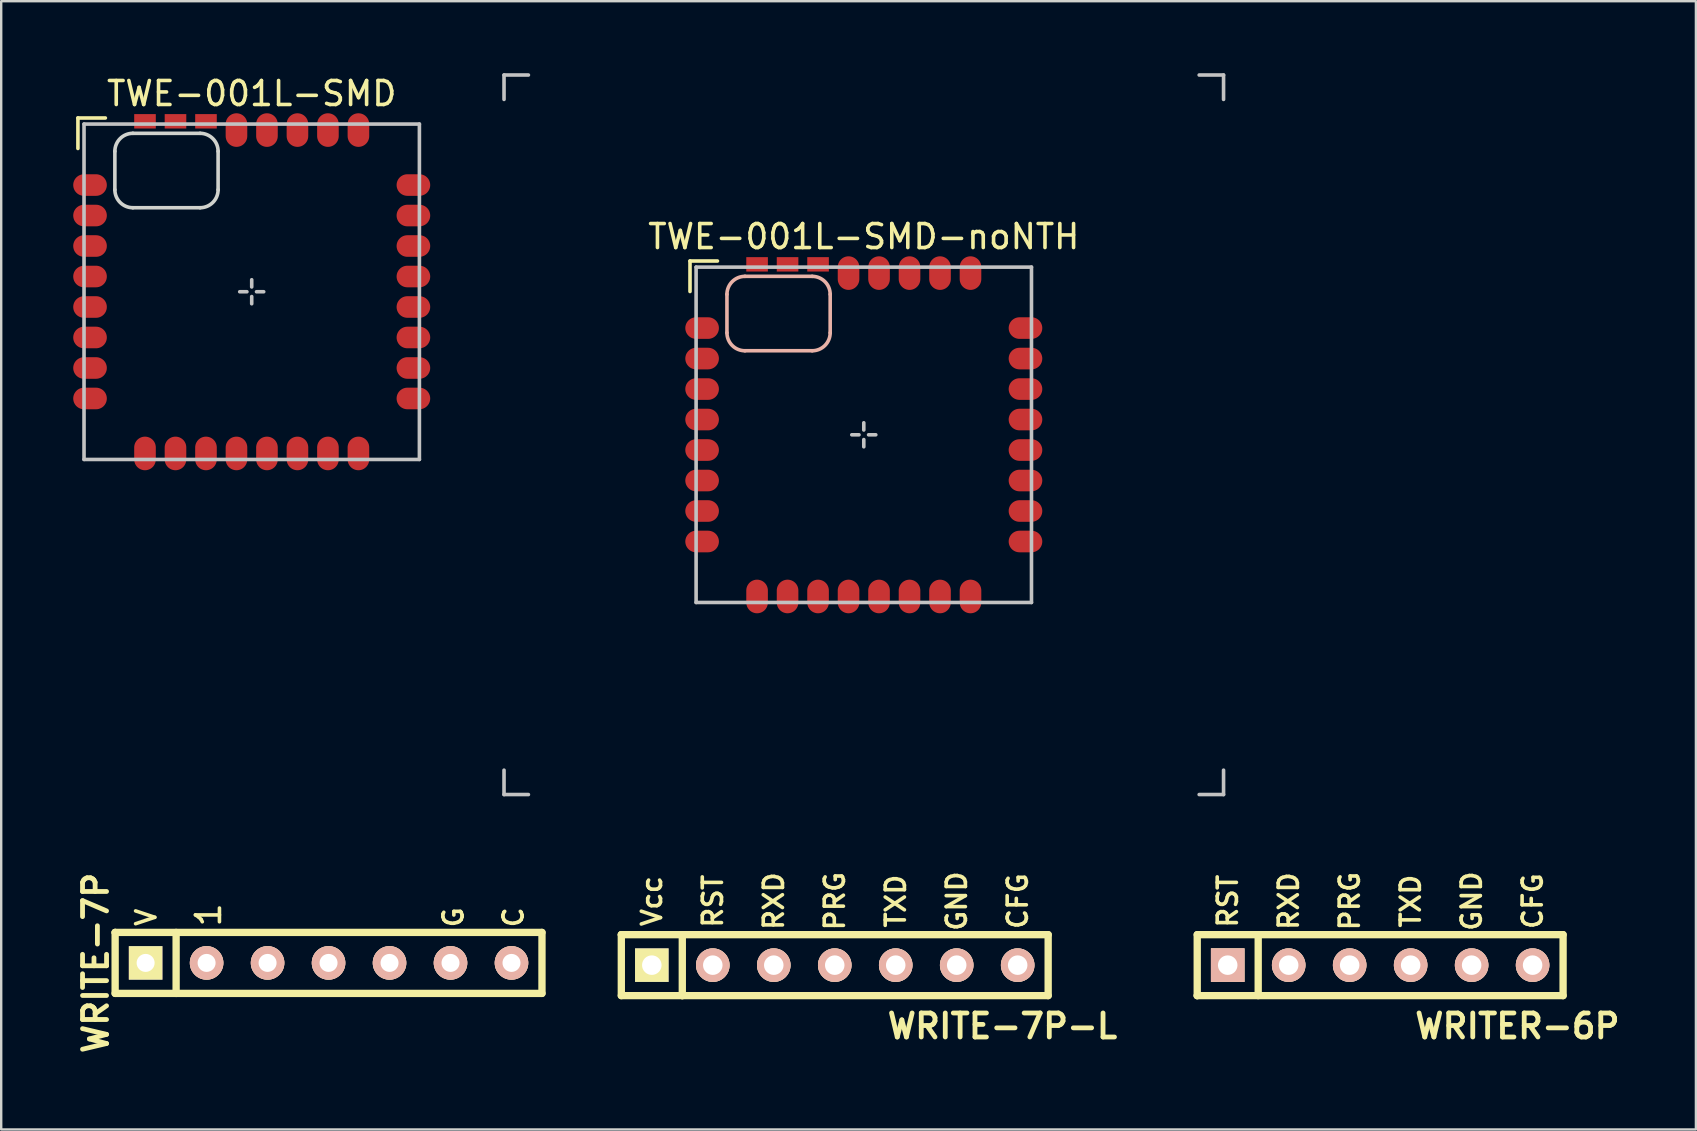
<source format=kicad_pcb>
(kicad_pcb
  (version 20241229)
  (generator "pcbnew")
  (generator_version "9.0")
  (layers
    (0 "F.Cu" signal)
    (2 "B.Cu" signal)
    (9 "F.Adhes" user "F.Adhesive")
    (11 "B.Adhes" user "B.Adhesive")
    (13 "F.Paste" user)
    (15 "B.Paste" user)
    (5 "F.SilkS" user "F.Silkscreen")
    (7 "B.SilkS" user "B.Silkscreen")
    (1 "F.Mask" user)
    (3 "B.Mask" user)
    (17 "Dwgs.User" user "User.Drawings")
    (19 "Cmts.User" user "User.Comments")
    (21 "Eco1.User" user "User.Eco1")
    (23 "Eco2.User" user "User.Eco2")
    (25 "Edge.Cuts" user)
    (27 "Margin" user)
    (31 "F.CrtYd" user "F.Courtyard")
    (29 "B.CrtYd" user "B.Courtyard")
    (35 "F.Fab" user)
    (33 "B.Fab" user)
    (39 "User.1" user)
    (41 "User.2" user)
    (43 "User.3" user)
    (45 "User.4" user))
  (footprint "TWE-001L-SMD"
    (layer "F.Cu")
    (at 7.435 9.103)
    (property "Reference" "TWE-001L-SMD" (at 0 -8.255 0) (layer "F.SilkS") (effects (font (size 1 1) (thickness 0.15))))
    (attr through_hole)
    (fp_line (start -7.239 -7.239) (end -7.239 -5.969) (stroke (width 0.15) (type solid)) (layer "F.SilkS"))
    (fp_line (start -6.096 -7.239) (end -7.239 -7.239) (stroke (width 0.15) (type solid)) (layer "F.SilkS"))
    (fp_line (start -6.985 -6.985) (end -6.985 6.985) (stroke (width 0.15) (type solid)) (layer "Dwgs.User"))
    (fp_line (start -6.985 -6.985) (end 6.985 -6.985) (stroke (width 0.15) (type solid)) (layer "Dwgs.User"))
    (fp_line (start -6.985 6.985) (end 6.985 6.985) (stroke (width 0.15) (type solid)) (layer "Dwgs.User"))
    (fp_line (start -0.5 0) (end -0.2 0) (stroke (width 0.15) (type solid)) (layer "Dwgs.User"))
    (fp_line (start 0 -0.5) (end 0 -0.2) (stroke (width 0.15) (type solid)) (layer "Dwgs.User"))
    (fp_line (start 0 0.5) (end 0 0.2) (stroke (width 0.15) (type solid)) (layer "Dwgs.User"))
    (fp_line (start 0.2 0) (end 0.5 0) (stroke (width 0.15) (type solid)) (layer "Dwgs.User"))
    (fp_line (start 6.985 6.985) (end 6.985 -6.985) (stroke (width 0.15) (type solid)) (layer "Dwgs.User"))
    (fp_line (start -5.7 -4.25) (end -5.7 -5.85) (stroke (width 0.15) (type solid)) (layer "Edge.Cuts"))
    (fp_line (start -2.15 -6.6) (end -4.95 -6.6) (stroke (width 0.15) (type solid)) (layer "Edge.Cuts"))
    (fp_line (start -2.15 -3.5) (end -4.95 -3.5) (stroke (width 0.15) (type solid)) (layer "Edge.Cuts"))
    (fp_line (start -1.4 -5.85) (end -1.4 -4.25) (stroke (width 0.15) (type solid)) (layer "Edge.Cuts"))
    (fp_arc (start -5.7 -5.85) (mid -5.48033 -6.38033) (end -4.95 -6.6) (stroke (width 0.15) (type solid)) (layer "Edge.Cuts"))
    (fp_arc (start -4.95 -3.5) (mid -5.48033 -3.71967) (end -5.7 -4.25) (stroke (width 0.15) (type solid)) (layer "Edge.Cuts"))
    (fp_arc (start -2.15 -6.6) (mid -1.61967 -6.38033) (end -1.4 -5.85) (stroke (width 0.15) (type solid)) (layer "Edge.Cuts"))
    (fp_arc (start -1.4 -4.25) (mid -1.61967 -3.71967) (end -2.15 -3.5) (stroke (width 0.15) (type solid)) (layer "Edge.Cuts"))
    (pad "1" smd oval (at -6.735 -4.445 90) (size 0.9 1.4) (layers "F.Cu" "F.Mask" "F.Paste"))
    (pad "2" smd oval (at -6.735 -3.175 90) (size 0.9 1.4) (layers "F.Cu" "F.Mask" "F.Paste"))
    (pad "3" smd oval (at -6.735 -1.905 90) (size 0.9 1.4) (layers "F.Cu" "F.Mask" "F.Paste"))
    (pad "4" smd oval (at -6.735 -0.635 90) (size 0.9 1.4) (layers "F.Cu" "F.Mask" "F.Paste"))
    (pad "5" smd oval (at -6.735 0.635 90) (size 0.9 1.4) (layers "F.Cu" "F.Mask" "F.Paste"))
    (pad "6" smd oval (at -6.735 1.905 90) (size 0.9 1.4) (layers "F.Cu" "F.Mask" "F.Paste"))
    (pad "7" smd oval (at -6.735 3.175 90) (size 0.9 1.4) (layers "F.Cu" "F.Mask" "F.Paste"))
    (pad "8" smd oval (at -6.735 4.445 90) (size 0.9 1.4) (layers "F.Cu" "F.Mask" "F.Paste"))
    (pad "9" smd oval (at -4.445 6.735) (size 0.9 1.4) (layers "F.Cu" "F.Mask" "F.Paste"))
    (pad "10" smd oval (at -3.175 6.735) (size 0.9 1.4) (layers "F.Cu" "F.Mask" "F.Paste"))
    (pad "11" smd oval (at -1.905 6.735) (size 0.9 1.4) (layers "F.Cu" "F.Mask" "F.Paste"))
    (pad "12" smd oval (at -0.635 6.735) (size 0.9 1.4) (layers "F.Cu" "F.Mask" "F.Paste"))
    (pad "13" smd oval (at 0.635 6.735) (size 0.9 1.4) (layers "F.Cu" "F.Mask" "F.Paste"))
    (pad "14" smd oval (at 1.905 6.735) (size 0.9 1.4) (layers "F.Cu" "F.Mask" "F.Paste"))
    (pad "15" smd oval (at 3.175 6.735) (size 0.9 1.4) (layers "F.Cu" "F.Mask" "F.Paste"))
    (pad "16" smd oval (at 4.445 6.735) (size 0.9 1.4) (layers "F.Cu" "F.Mask" "F.Paste"))
    (pad "17" smd oval (at 6.735 4.445 90) (size 0.9 1.4) (layers "F.Cu" "F.Mask" "F.Paste"))
    (pad "18" smd oval (at 6.735 3.175 90) (size 0.9 1.4) (layers "F.Cu" "F.Mask" "F.Paste"))
    (pad "19" smd oval (at 6.735 1.905 90) (size 0.9 1.4) (layers "F.Cu" "F.Mask" "F.Paste"))
    (pad "20" smd oval (at 6.735 0.635 90) (size 0.9 1.4) (layers "F.Cu" "F.Mask" "F.Paste"))
    (pad "21" smd oval (at 6.735 -0.635 90) (size 0.9 1.4) (layers "F.Cu" "F.Mask" "F.Paste"))
    (pad "22" smd oval (at 6.735 -1.905 90) (size 0.9 1.4) (layers "F.Cu" "F.Mask" "F.Paste"))
    (pad "23" smd oval (at 6.735 -3.175 90) (size 0.9 1.4) (layers "F.Cu" "F.Mask" "F.Paste"))
    (pad "24" smd oval (at 6.735 -4.445 90) (size 0.9 1.4) (layers "F.Cu" "F.Mask" "F.Paste"))
    (pad "25" smd oval (at 4.445 -6.735) (size 0.9 1.4) (layers "F.Cu" "F.Mask" "F.Paste"))
    (pad "26" smd oval (at 3.175 -6.735) (size 0.9 1.4) (layers "F.Cu" "F.Mask" "F.Paste"))
    (pad "27" smd oval (at 1.905 -6.735) (size 0.9 1.4) (layers "F.Cu" "F.Mask" "F.Paste"))
    (pad "28" smd oval (at 0.635 -6.735) (size 0.9 1.4) (layers "F.Cu" "F.Mask" "F.Paste"))
    (pad "29" smd oval (at -0.635 -6.735) (size 0.9 1.4) (layers "F.Cu" "F.Mask" "F.Paste"))
    (pad "30" smd rect (at -1.905 -7.1) (size 0.9 0.6) (layers "F.Cu" "F.Mask" "F.Paste"))
    (pad "31" smd rect (at -3.175 -7.1) (size 0.9 0.6) (layers "F.Cu" "F.Mask" "F.Paste"))
    (pad "32" smd rect (at -4.445 -7.1) (size 0.9 0.6) (layers "F.Cu" "F.Mask" "F.Paste")))
  (footprint "WRITE-7P"
    (layer "F.Cu")
    (at 10.636 37.06)
    (property "Reference" "WRITE-7P" (at -9.7 0 90) (layer "F.SilkS") (effects (font (size 1 1) (thickness 0.2))))
    (attr through_hole)
    (fp_line (start -8.89 -1.27) (end -8.89 -1.27) (stroke (width 0.305) (type solid)) (layer "F.SilkS"))
    (fp_line (start -8.89 -1.27) (end 8.89 -1.27) (stroke (width 0.305) (type solid)) (layer "F.SilkS"))
    (fp_line (start -8.89 1.27) (end -8.89 -1.27) (stroke (width 0.305) (type solid)) (layer "F.SilkS"))
    (fp_line (start -6.35 1.27) (end -6.35 -1.27) (stroke (width 0.305) (type solid)) (layer "F.SilkS"))
    (fp_line (start -6.35 1.27) (end -6.35 1.27) (stroke (width 0.305) (type solid)) (layer "F.SilkS"))
    (fp_line (start 8.89 -1.27) (end 8.89 1.27) (stroke (width 0.305) (type solid)) (layer "F.SilkS"))
    (fp_line (start 8.89 1.27) (end -8.89 1.27) (stroke (width 0.305) (type solid)) (layer "F.SilkS"))
    (fp_text user "G" (at 5.2 -1.9 90) (layer "F.SilkS") (effects (font (size 0.8 0.8) (thickness 0.15))))
    (fp_text user "1" (at -5 -2 90) (layer "F.SilkS") (effects (font (size 1 1) (thickness 0.15))))
    (fp_text user "C" (at 7.7 -1.9 90) (layer "F.SilkS") (effects (font (size 0.8 0.8) (thickness 0.15))))
    (fp_text user "V" (at -7.6 -1.9 90) (layer "F.SilkS") (effects (font (size 0.8 0.8) (thickness 0.15))))
    (pad "0" thru_hole rect (at -7.62 0) (size 1.397 1.397) (drill 0.75) (layers "*.Cu" "*.Mask" "F.SilkS"))
    (pad "1" thru_hole circle (at -5.08 0) (size 1.397 1.397) (drill 0.75) (layers "*.Cu" "*.SilkS" "*.Mask"))
    (pad "2" thru_hole circle (at -2.54 0) (size 1.397 1.397) (drill 0.75) (layers "*.Cu" "*.SilkS" "*.Mask"))
    (pad "3" thru_hole circle (at 0 0) (size 1.397 1.397) (drill 0.75) (layers "*.Cu" "*.SilkS" "*.Mask"))
    (pad "4" thru_hole circle (at 2.54 0) (size 1.397 1.397) (drill 0.75) (layers "*.Cu" "*.SilkS" "*.Mask"))
    (pad "5" thru_hole circle (at 5.08 0) (size 1.397 1.397) (drill 0.75) (layers "*.Cu" "*.SilkS" "*.Mask"))
    (pad "6" thru_hole circle (at 7.62 0) (size 1.397 1.397) (drill 0.75) (layers "*.Cu" "*.SilkS" "*.Mask")))
  (footprint "WRITE-7P-L"
    (layer "F.Cu")
    (at 31.721 37.153)
    (property "Reference" "WRITE-7P-L" (at 6.985 2.54 0) (layer "F.SilkS") (effects (font (size 1 1) (thickness 0.2))))
    (attr through_hole)
    (fp_line (start -8.89 -1.27) (end -8.89 -1.27) (stroke (width 0.305) (type solid)) (layer "F.SilkS"))
    (fp_line (start -8.89 -1.27) (end 8.89 -1.27) (stroke (width 0.305) (type solid)) (layer "F.SilkS"))
    (fp_line (start -8.89 1.27) (end -8.89 -1.27) (stroke (width 0.305) (type solid)) (layer "F.SilkS"))
    (fp_line (start -6.35 1.27) (end -6.35 -1.27) (stroke (width 0.305) (type solid)) (layer "F.SilkS"))
    (fp_line (start -6.35 1.27) (end -6.35 1.27) (stroke (width 0.305) (type solid)) (layer "F.SilkS"))
    (fp_line (start 8.89 -1.27) (end 8.89 1.27) (stroke (width 0.305) (type solid)) (layer "F.SilkS"))
    (fp_line (start 8.89 1.27) (end -8.89 1.27) (stroke (width 0.305) (type solid)) (layer "F.SilkS"))
    (fp_text user "CFG" (at 7.62 -2.667 90) (layer "F.SilkS") (effects (font (size 0.8 0.8) (thickness 0.15))))
    (fp_text user "Vcc" (at -7.62 -2.667 90) (layer "F.SilkS") (effects (font (size 0.8 0.8) (thickness 0.15))))
    (fp_text user "TXD" (at 2.54 -2.667 90) (layer "F.SilkS") (effects (font (size 0.8 0.8) (thickness 0.15))))
    (fp_text user "GND" (at 5.08 -2.667 90) (layer "F.SilkS") (effects (font (size 0.8 0.8) (thickness 0.15))))
    (fp_text user "PRG" (at 0 -2.667 90) (layer "F.SilkS") (effects (font (size 0.8 0.8) (thickness 0.15))))
    (fp_text user "RST" (at -5.08 -2.667 90) (layer "F.SilkS") (effects (font (size 0.8 0.8) (thickness 0.15))))
    (fp_text user "RXD" (at -2.54 -2.667 90) (layer "F.SilkS") (effects (font (size 0.8 0.8) (thickness 0.15))))
    (pad "1" thru_hole rect (at -7.62 0) (size 1.397 1.397) (drill 0.813) (layers "*.Cu" "*.Mask" "F.SilkS"))
    (pad "2" thru_hole circle (at -5.08 0) (size 1.397 1.397) (drill 0.813) (layers "*.Cu" "*.SilkS" "*.Mask"))
    (pad "3" thru_hole circle (at -2.54 0) (size 1.397 1.397) (drill 0.813) (layers "*.Cu" "*.SilkS" "*.Mask"))
    (pad "4" thru_hole circle (at 0 0) (size 1.397 1.397) (drill 0.813) (layers "*.Cu" "*.SilkS" "*.Mask"))
    (pad "5" thru_hole circle (at 2.54 0) (size 1.397 1.397) (drill 0.813) (layers "*.Cu" "*.SilkS" "*.Mask"))
    (pad "6" thru_hole circle (at 5.08 0) (size 1.397 1.397) (drill 0.813) (layers "*.Cu" "*.SilkS" "*.Mask"))
    (pad "7" thru_hole circle (at 7.62 0) (size 1.397 1.397) (drill 0.813) (layers "*.Cu" "*.SilkS" "*.Mask")))
  (footprint "TWE-001L-SMD-noNTH"
    (layer "F.Cu")
    (at 32.931 15.061)
    (property "Reference" "TWE-001L-SMD-noNTH" (at 0 -8.255 0) (layer "F.SilkS") (effects (font (size 1 1) (thickness 0.15))))
    (attr through_hole)
    (fp_line (start -7.239 -7.239) (end -7.239 -5.969) (stroke (width 0.15) (type solid)) (layer "F.SilkS"))
    (fp_line (start -6.096 -7.239) (end -7.239 -7.239) (stroke (width 0.15) (type solid)) (layer "F.SilkS"))
    (fp_line (start -5.7 -4.25) (end -5.7 -5.85) (stroke (width 0.15) (type solid)) (layer "B.SilkS"))
    (fp_line (start -2.15 -6.6) (end -4.95 -6.6) (stroke (width 0.15) (type solid)) (layer "B.SilkS"))
    (fp_line (start -2.15 -3.5) (end -4.95 -3.5) (stroke (width 0.15) (type solid)) (layer "B.SilkS"))
    (fp_line (start -1.4 -5.85) (end -1.4 -4.25) (stroke (width 0.15) (type solid)) (layer "B.SilkS"))
    (fp_arc (start -5.7 -5.85) (mid -5.48033 -6.38033) (end -4.95 -6.6) (stroke (width 0.15) (type solid)) (layer "B.SilkS"))
    (fp_arc (start -4.95 -3.5) (mid -5.48033 -3.71967) (end -5.7 -4.25) (stroke (width 0.15) (type solid)) (layer "B.SilkS"))
    (fp_arc (start -2.15 -6.6) (mid -1.61967 -6.38033) (end -1.4 -5.85) (stroke (width 0.15) (type solid)) (layer "B.SilkS"))
    (fp_arc (start -1.4 -4.25) (mid -1.61967 -3.71967) (end -2.15 -3.5) (stroke (width 0.15) (type solid)) (layer "B.SilkS"))
    (fp_line (start -14.986 -14.986) (end -14.986 -13.97) (stroke (width 0.15) (type solid)) (layer "Dwgs.User"))
    (fp_line (start -14.986 13.97) (end -14.986 14.986) (stroke (width 0.15) (type solid)) (layer "Dwgs.User"))
    (fp_line (start -14.986 14.986) (end -13.97 14.986) (stroke (width 0.15) (type solid)) (layer "Dwgs.User"))
    (fp_line (start -13.97 -14.986) (end -14.986 -14.986) (stroke (width 0.15) (type solid)) (layer "Dwgs.User"))
    (fp_line (start -6.985 -6.985) (end -6.985 6.985) (stroke (width 0.15) (type solid)) (layer "Dwgs.User"))
    (fp_line (start -6.985 -6.985) (end 6.985 -6.985) (stroke (width 0.15) (type solid)) (layer "Dwgs.User"))
    (fp_line (start -6.985 6.985) (end 6.985 6.985) (stroke (width 0.15) (type solid)) (layer "Dwgs.User"))
    (fp_line (start -0.5 0) (end -0.2 0) (stroke (width 0.15) (type solid)) (layer "Dwgs.User"))
    (fp_line (start 0 -0.5) (end 0 -0.2) (stroke (width 0.15) (type solid)) (layer "Dwgs.User"))
    (fp_line (start 0 0.5) (end 0 0.2) (stroke (width 0.15) (type solid)) (layer "Dwgs.User"))
    (fp_line (start 0.2 0) (end 0.5 0) (stroke (width 0.15) (type solid)) (layer "Dwgs.User"))
    (fp_line (start 6.985 6.985) (end 6.985 -6.985) (stroke (width 0.15) (type solid)) (layer "Dwgs.User"))
    (fp_line (start 13.97 -14.986) (end 14.986 -14.986) (stroke (width 0.15) (type solid)) (layer "Dwgs.User"))
    (fp_line (start 14.986 -14.986) (end 14.986 -13.97) (stroke (width 0.15) (type solid)) (layer "Dwgs.User"))
    (fp_line (start 14.986 13.97) (end 14.986 14.986) (stroke (width 0.15) (type solid)) (layer "Dwgs.User"))
    (fp_line (start 14.986 14.986) (end 13.97 14.986) (stroke (width 0.15) (type solid)) (layer "Dwgs.User"))
    (pad "1" smd oval (at -6.735 -4.445 90) (size 0.9 1.4) (layers "F.Cu" "F.Mask" "F.Paste"))
    (pad "2" smd oval (at -6.735 -3.175 90) (size 0.9 1.4) (layers "F.Cu" "F.Mask" "F.Paste"))
    (pad "3" smd oval (at -6.735 -1.905 90) (size 0.9 1.4) (layers "F.Cu" "F.Mask" "F.Paste"))
    (pad "4" smd oval (at -6.735 -0.635 90) (size 0.9 1.4) (layers "F.Cu" "F.Mask" "F.Paste"))
    (pad "5" smd oval (at -6.735 0.635 90) (size 0.9 1.4) (layers "F.Cu" "F.Mask" "F.Paste"))
    (pad "6" smd oval (at -6.735 1.905 90) (size 0.9 1.4) (layers "F.Cu" "F.Mask" "F.Paste"))
    (pad "7" smd oval (at -6.735 3.175 90) (size 0.9 1.4) (layers "F.Cu" "F.Mask" "F.Paste"))
    (pad "8" smd oval (at -6.735 4.445 90) (size 0.9 1.4) (layers "F.Cu" "F.Mask" "F.Paste"))
    (pad "9" smd oval (at -4.445 6.735) (size 0.9 1.4) (layers "F.Cu" "F.Mask" "F.Paste"))
    (pad "10" smd oval (at -3.175 6.735) (size 0.9 1.4) (layers "F.Cu" "F.Mask" "F.Paste"))
    (pad "11" smd oval (at -1.905 6.735) (size 0.9 1.4) (layers "F.Cu" "F.Mask" "F.Paste"))
    (pad "12" smd oval (at -0.635 6.735) (size 0.9 1.4) (layers "F.Cu" "F.Mask" "F.Paste"))
    (pad "13" smd oval (at 0.635 6.735) (size 0.9 1.4) (layers "F.Cu" "F.Mask" "F.Paste"))
    (pad "14" smd oval (at 1.905 6.735) (size 0.9 1.4) (layers "F.Cu" "F.Mask" "F.Paste"))
    (pad "15" smd oval (at 3.175 6.735) (size 0.9 1.4) (layers "F.Cu" "F.Mask" "F.Paste"))
    (pad "16" smd oval (at 4.445 6.735) (size 0.9 1.4) (layers "F.Cu" "F.Mask" "F.Paste"))
    (pad "17" smd oval (at 6.735 4.445 90) (size 0.9 1.4) (layers "F.Cu" "F.Mask" "F.Paste"))
    (pad "18" smd oval (at 6.735 3.175 90) (size 0.9 1.4) (layers "F.Cu" "F.Mask" "F.Paste"))
    (pad "19" smd oval (at 6.735 1.905 90) (size 0.9 1.4) (layers "F.Cu" "F.Mask" "F.Paste"))
    (pad "20" smd oval (at 6.735 0.635 90) (size 0.9 1.4) (layers "F.Cu" "F.Mask" "F.Paste"))
    (pad "21" smd oval (at 6.735 -0.635 90) (size 0.9 1.4) (layers "F.Cu" "F.Mask" "F.Paste"))
    (pad "22" smd oval (at 6.735 -1.905 90) (size 0.9 1.4) (layers "F.Cu" "F.Mask" "F.Paste"))
    (pad "23" smd oval (at 6.735 -3.175 90) (size 0.9 1.4) (layers "F.Cu" "F.Mask" "F.Paste"))
    (pad "24" smd oval (at 6.735 -4.445 90) (size 0.9 1.4) (layers "F.Cu" "F.Mask" "F.Paste"))
    (pad "25" smd oval (at 4.445 -6.735) (size 0.9 1.4) (layers "F.Cu" "F.Mask" "F.Paste"))
    (pad "26" smd oval (at 3.175 -6.735) (size 0.9 1.4) (layers "F.Cu" "F.Mask" "F.Paste"))
    (pad "27" smd oval (at 1.905 -6.735) (size 0.9 1.4) (layers "F.Cu" "F.Mask" "F.Paste"))
    (pad "28" smd oval (at 0.635 -6.735) (size 0.9 1.4) (layers "F.Cu" "F.Mask" "F.Paste"))
    (pad "29" smd oval (at -0.635 -6.735) (size 0.9 1.4) (layers "F.Cu" "F.Mask" "F.Paste"))
    (pad "30" smd rect (at -1.905 -7.1) (size 0.9 0.6) (layers "F.Cu" "F.Mask" "F.Paste"))
    (pad "31" smd rect (at -3.175 -7.1) (size 0.9 0.6) (layers "F.Cu" "F.Mask" "F.Paste"))
    (pad "32" smd rect (at -4.445 -7.1) (size 0.9 0.6) (layers "F.Cu" "F.Mask" "F.Paste")))
  (footprint "WRITER-6P"
    (layer "F.Cu")
    (at 53.17 37.153)
    (property "Reference" "WRITER-6P" (at 6.985 2.54 0) (layer "F.SilkS") (effects (font (size 1 1) (thickness 0.2))))
    (attr through_hole)
    (fp_line (start -6.35 -1.27) (end 8.89 -1.27) (stroke (width 0.305) (type solid)) (layer "F.SilkS"))
    (fp_line (start -6.35 1.27) (end -6.35 -1.27) (stroke (width 0.305) (type solid)) (layer "F.SilkS"))
    (fp_line (start -6.35 1.27) (end -6.35 1.27) (stroke (width 0.305) (type solid)) (layer "F.SilkS"))
    (fp_line (start -3.81 1.27) (end -3.81 -1.27) (stroke (width 0.305) (type solid)) (layer "F.SilkS"))
    (fp_line (start 8.89 -1.27) (end 8.89 1.27) (stroke (width 0.305) (type solid)) (layer "F.SilkS"))
    (fp_line (start 8.89 1.27) (end -6.35 1.27) (stroke (width 0.305) (type solid)) (layer "F.SilkS"))
    (fp_text user "PRG" (at 0 -2.667 90) (layer "F.SilkS") (effects (font (size 0.8 0.8) (thickness 0.15))))
    (fp_text user "GND" (at 5.08 -2.667 90) (layer "F.SilkS") (effects (font (size 0.8 0.8) (thickness 0.15))))
    (fp_text user "RXD" (at -2.54 -2.667 90) (layer "F.SilkS") (effects (font (size 0.8 0.8) (thickness 0.15))))
    (fp_text user "CFG" (at 7.62 -2.667 90) (layer "F.SilkS") (effects (font (size 0.8 0.8) (thickness 0.15))))
    (fp_text user "RST" (at -5.08 -2.667 90) (layer "F.SilkS") (effects (font (size 0.8 0.8) (thickness 0.15))))
    (fp_text user "TXD" (at 2.54 -2.667 90) (layer "F.SilkS") (effects (font (size 0.8 0.8) (thickness 0.15))))
    (pad "1" thru_hole rect (at -5.08 0) (size 1.397 1.397) (drill 0.813) (layers "*.Cu" "*.SilkS" "*.Mask"))
    (pad "2" thru_hole circle (at -2.54 0) (size 1.397 1.397) (drill 0.813) (layers "*.Cu" "*.SilkS" "*.Mask"))
    (pad "3" thru_hole circle (at 0 0) (size 1.397 1.397) (drill 0.813) (layers "*.Cu" "*.SilkS" "*.Mask"))
    (pad "4" thru_hole circle (at 2.54 0) (size 1.397 1.397) (drill 0.813) (layers "*.Cu" "*.SilkS" "*.Mask"))
    (pad "5" thru_hole circle (at 5.08 0) (size 1.397 1.397) (drill 0.813) (layers "*.Cu" "*.SilkS" "*.Mask"))
    (pad "6" thru_hole circle (at 7.62 0) (size 1.397 1.397) (drill 0.813) (layers "*.Cu" "*.SilkS" "*.Mask")))
  (gr_rect
    (start -3 -3)
    (end 67.593 43.998)
    (stroke (width 0.1) (type default))
    (fill no)
    (layer "Edge.Cuts")))
</source>
